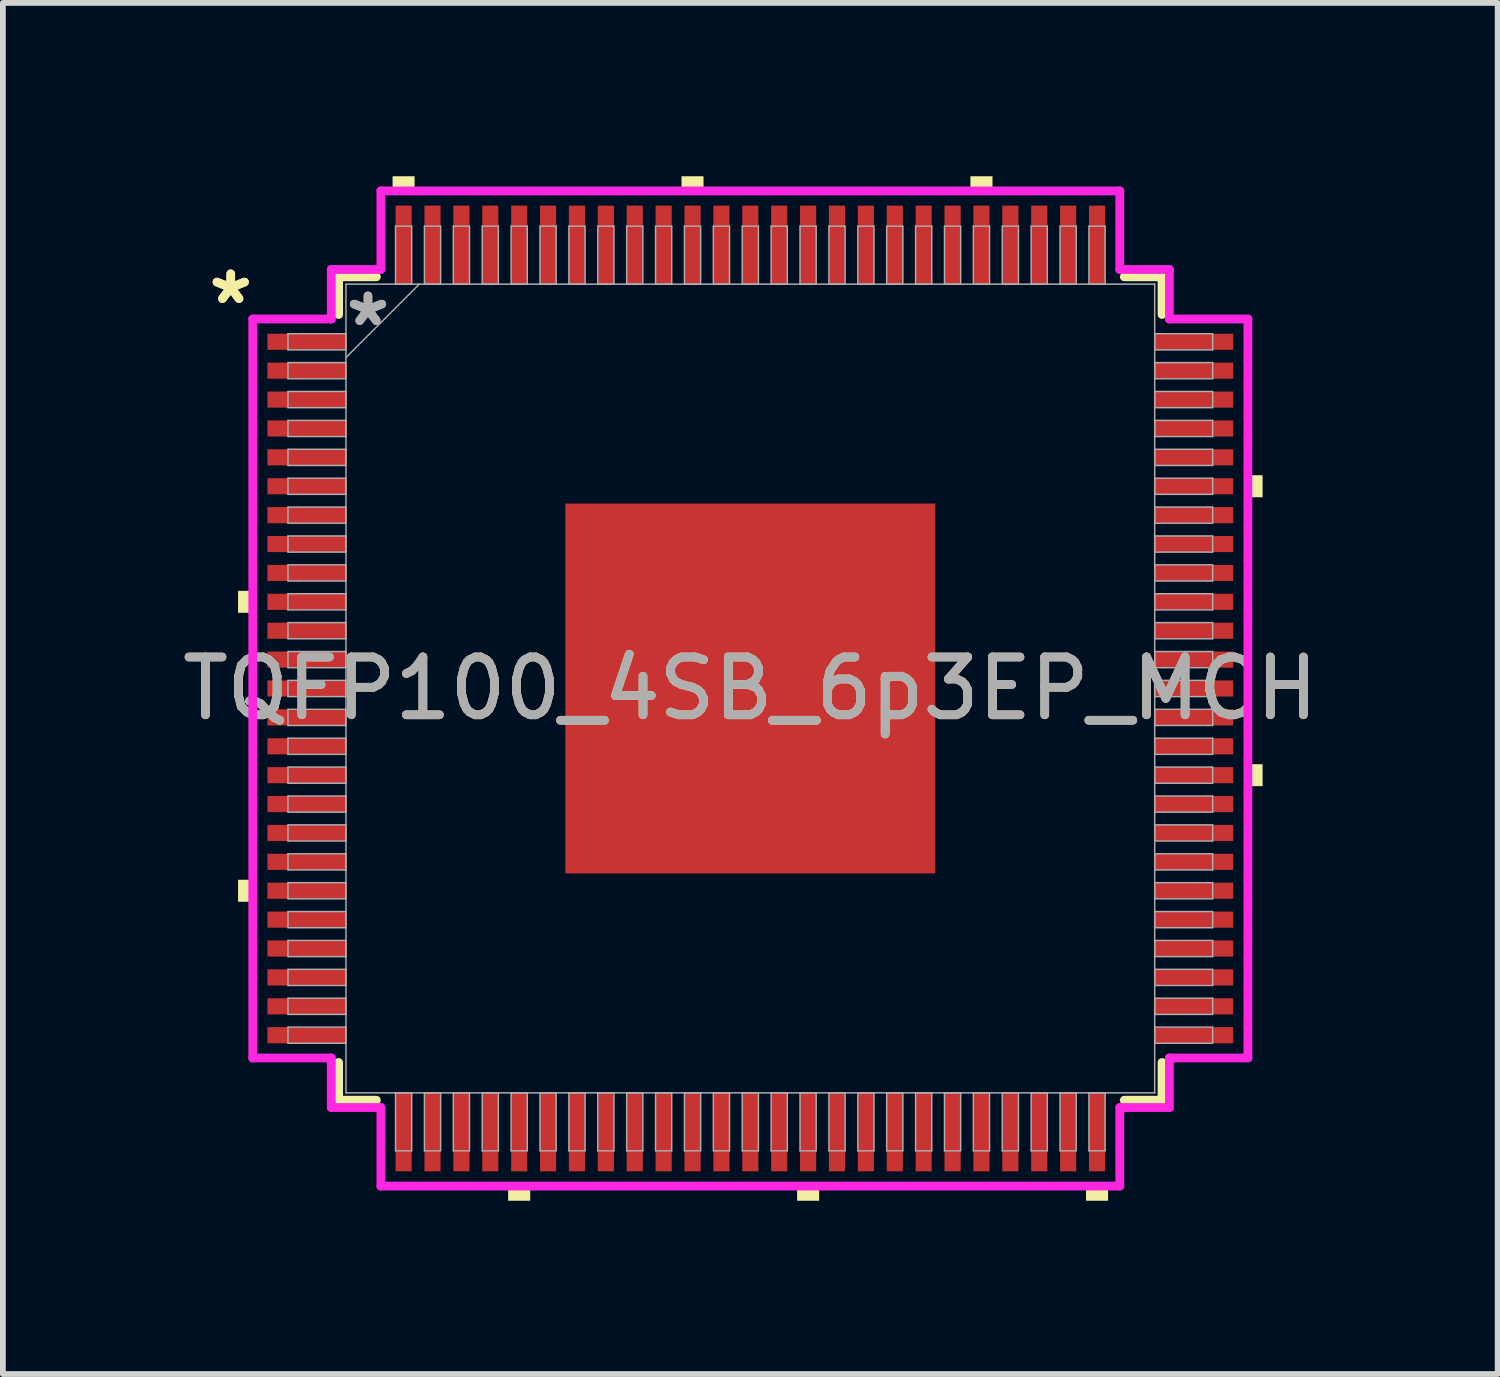
<source format=kicad_pcb>
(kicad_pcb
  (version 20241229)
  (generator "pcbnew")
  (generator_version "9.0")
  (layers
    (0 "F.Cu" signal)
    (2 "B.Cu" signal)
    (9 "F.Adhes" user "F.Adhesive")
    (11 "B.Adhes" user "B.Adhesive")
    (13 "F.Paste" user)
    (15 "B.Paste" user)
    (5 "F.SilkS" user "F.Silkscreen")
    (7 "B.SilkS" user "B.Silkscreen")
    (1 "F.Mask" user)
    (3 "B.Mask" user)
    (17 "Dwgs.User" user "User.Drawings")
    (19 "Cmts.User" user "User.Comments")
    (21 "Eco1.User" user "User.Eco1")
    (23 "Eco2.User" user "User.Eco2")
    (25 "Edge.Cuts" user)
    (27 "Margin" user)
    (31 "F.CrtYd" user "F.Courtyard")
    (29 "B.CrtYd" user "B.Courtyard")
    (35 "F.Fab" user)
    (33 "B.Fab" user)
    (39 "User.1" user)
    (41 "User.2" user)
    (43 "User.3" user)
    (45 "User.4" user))
  (footprint "TQFP100_4SB_6p3EP_MCH"
    (layer "F.Cu")
    (at 9.935 8.865)
    (property "Reference" "TQFP100_4SB_6p3EP_MCH" (at 0 0 0) (unlocked yes) (layer "F.SilkS") (effects (font (size 1 1) (thickness 0.15))))
    (attr smd)
    (fp_line (start -7.125 -7.125) (end -7.125 -6.472) (stroke (width 0.152) (type solid)) (layer "F.SilkS"))
    (fp_line (start -7.125 6.472) (end -7.125 7.125) (stroke (width 0.152) (type solid)) (layer "F.SilkS"))
    (fp_line (start -7.125 7.125) (end -6.472 7.125) (stroke (width 0.152) (type solid)) (layer "F.SilkS"))
    (fp_line (start -6.472 -7.125) (end -7.125 -7.125) (stroke (width 0.152) (type solid)) (layer "F.SilkS"))
    (fp_line (start 6.472 7.125) (end 7.125 7.125) (stroke (width 0.152) (type solid)) (layer "F.SilkS"))
    (fp_line (start 7.125 -7.125) (end 6.472 -7.125) (stroke (width 0.152) (type solid)) (layer "F.SilkS"))
    (fp_line (start 7.125 -6.472) (end 7.125 -7.125) (stroke (width 0.152) (type solid)) (layer "F.SilkS"))
    (fp_line (start 7.125 7.125) (end 7.125 6.472) (stroke (width 0.152) (type solid)) (layer "F.SilkS"))
    (fp_poly (pts (xy -8.865 -1.69) (xy -8.865 -1.31) (xy -8.611 -1.31) (xy -8.611 -1.69)) (stroke (width 0) (type solid)) (fill yes) (layer "F.SilkS"))
    (fp_poly (pts (xy -8.865 3.31) (xy -8.865 3.691) (xy -8.611 3.691) (xy -8.611 3.31)) (stroke (width 0) (type solid)) (fill yes) (layer "F.SilkS"))
    (fp_poly (pts (xy -6.191 -8.611) (xy -6.191 -8.865) (xy -5.81 -8.865) (xy -5.81 -8.611)) (stroke (width 0) (type solid)) (fill yes) (layer "F.SilkS"))
    (fp_poly (pts (xy -4.191 8.611) (xy -4.191 8.865) (xy -3.809 8.865) (xy -3.809 8.611)) (stroke (width 0) (type solid)) (fill yes) (layer "F.SilkS"))
    (fp_poly (pts (xy -1.191 -8.611) (xy -1.191 -8.865) (xy -0.81 -8.865) (xy -0.81 -8.611)) (stroke (width 0) (type solid)) (fill yes) (layer "F.SilkS"))
    (fp_poly (pts (xy 0.81 8.611) (xy 0.81 8.865) (xy 1.191 8.865) (xy 1.191 8.611)) (stroke (width 0) (type solid)) (fill yes) (layer "F.SilkS"))
    (fp_poly (pts (xy 3.809 -8.611) (xy 3.809 -8.865) (xy 4.191 -8.865) (xy 4.191 -8.611)) (stroke (width 0) (type solid)) (fill yes) (layer "F.SilkS"))
    (fp_poly (pts (xy 5.81 8.611) (xy 5.81 8.865) (xy 6.191 8.865) (xy 6.191 8.611)) (stroke (width 0) (type solid)) (fill yes) (layer "F.SilkS"))
    (fp_poly (pts (xy 8.865 -3.691) (xy 8.865 -3.31) (xy 8.611 -3.31) (xy 8.611 -3.691)) (stroke (width 0) (type solid)) (fill yes) (layer "F.SilkS"))
    (fp_poly (pts (xy 8.865 1.31) (xy 8.865 1.69) (xy 8.611 1.69) (xy 8.611 1.31)) (stroke (width 0) (type solid)) (fill yes) (layer "F.SilkS"))
    (fp_poly (pts (xy -3.1 -3.1) (xy -3.1 -2.02) (xy -2.02 -2.02) (xy -2.02 -3.1)) (stroke (width 0) (type solid)) (fill yes) (layer "F.Paste"))
    (fp_poly (pts (xy -3.1 -1.82) (xy -3.1 -0.74) (xy -2.02 -0.74) (xy -2.02 -1.82)) (stroke (width 0) (type solid)) (fill yes) (layer "F.Paste"))
    (fp_poly (pts (xy -3.1 -0.54) (xy -3.1 0.54) (xy -2.02 0.54) (xy -2.02 -0.54)) (stroke (width 0) (type solid)) (fill yes) (layer "F.Paste"))
    (fp_poly (pts (xy -3.1 0.74) (xy -3.1 1.82) (xy -2.02 1.82) (xy -2.02 0.74)) (stroke (width 0) (type solid)) (fill yes) (layer "F.Paste"))
    (fp_poly (pts (xy -3.1 2.02) (xy -3.1 3.1) (xy -2.02 3.1) (xy -2.02 2.02)) (stroke (width 0) (type solid)) (fill yes) (layer "F.Paste"))
    (fp_poly (pts (xy -1.82 -3.1) (xy -1.82 -2.02) (xy -0.74 -2.02) (xy -0.74 -3.1)) (stroke (width 0) (type solid)) (fill yes) (layer "F.Paste"))
    (fp_poly (pts (xy -1.82 -1.82) (xy -1.82 -0.74) (xy -0.74 -0.74) (xy -0.74 -1.82)) (stroke (width 0) (type solid)) (fill yes) (layer "F.Paste"))
    (fp_poly (pts (xy -1.82 -0.54) (xy -1.82 0.54) (xy -0.74 0.54) (xy -0.74 -0.54)) (stroke (width 0) (type solid)) (fill yes) (layer "F.Paste"))
    (fp_poly (pts (xy -1.82 0.74) (xy -1.82 1.82) (xy -0.74 1.82) (xy -0.74 0.74)) (stroke (width 0) (type solid)) (fill yes) (layer "F.Paste"))
    (fp_poly (pts (xy -1.82 2.02) (xy -1.82 3.1) (xy -0.74 3.1) (xy -0.74 2.02)) (stroke (width 0) (type solid)) (fill yes) (layer "F.Paste"))
    (fp_poly (pts (xy -0.54 -3.1) (xy -0.54 -2.02) (xy 0.54 -2.02) (xy 0.54 -3.1)) (stroke (width 0) (type solid)) (fill yes) (layer "F.Paste"))
    (fp_poly (pts (xy -0.54 -1.82) (xy -0.54 -0.74) (xy 0.54 -0.74) (xy 0.54 -1.82)) (stroke (width 0) (type solid)) (fill yes) (layer "F.Paste"))
    (fp_poly (pts (xy -0.54 -0.54) (xy -0.54 0.54) (xy 0.54 0.54) (xy 0.54 -0.54)) (stroke (width 0) (type solid)) (fill yes) (layer "F.Paste"))
    (fp_poly (pts (xy -0.54 0.74) (xy -0.54 1.82) (xy 0.54 1.82) (xy 0.54 0.74)) (stroke (width 0) (type solid)) (fill yes) (layer "F.Paste"))
    (fp_poly (pts (xy -0.54 2.02) (xy -0.54 3.1) (xy 0.54 3.1) (xy 0.54 2.02)) (stroke (width 0) (type solid)) (fill yes) (layer "F.Paste"))
    (fp_poly (pts (xy 0.74 -3.1) (xy 0.74 -2.02) (xy 1.82 -2.02) (xy 1.82 -3.1)) (stroke (width 0) (type solid)) (fill yes) (layer "F.Paste"))
    (fp_poly (pts (xy 0.74 -1.82) (xy 0.74 -0.74) (xy 1.82 -0.74) (xy 1.82 -1.82)) (stroke (width 0) (type solid)) (fill yes) (layer "F.Paste"))
    (fp_poly (pts (xy 0.74 -0.54) (xy 0.74 0.54) (xy 1.82 0.54) (xy 1.82 -0.54)) (stroke (width 0) (type solid)) (fill yes) (layer "F.Paste"))
    (fp_poly (pts (xy 0.74 0.74) (xy 0.74 1.82) (xy 1.82 1.82) (xy 1.82 0.74)) (stroke (width 0) (type solid)) (fill yes) (layer "F.Paste"))
    (fp_poly (pts (xy 0.74 2.02) (xy 0.74 3.1) (xy 1.82 3.1) (xy 1.82 2.02)) (stroke (width 0) (type solid)) (fill yes) (layer "F.Paste"))
    (fp_poly (pts (xy 2.02 -3.1) (xy 2.02 -2.02) (xy 3.1 -2.02) (xy 3.1 -3.1)) (stroke (width 0) (type solid)) (fill yes) (layer "F.Paste"))
    (fp_poly (pts (xy 2.02 -1.82) (xy 2.02 -0.74) (xy 3.1 -0.74) (xy 3.1 -1.82)) (stroke (width 0) (type solid)) (fill yes) (layer "F.Paste"))
    (fp_poly (pts (xy 2.02 -0.54) (xy 2.02 0.54) (xy 3.1 0.54) (xy 3.1 -0.54)) (stroke (width 0) (type solid)) (fill yes) (layer "F.Paste"))
    (fp_poly (pts (xy 2.02 0.74) (xy 2.02 1.82) (xy 3.1 1.82) (xy 3.1 0.74)) (stroke (width 0) (type solid)) (fill yes) (layer "F.Paste"))
    (fp_poly (pts (xy 2.02 2.02) (xy 2.02 3.1) (xy 3.1 3.1) (xy 3.1 2.02)) (stroke (width 0) (type solid)) (fill yes) (layer "F.Paste"))
    (fp_line (start -8.611 -6.394) (end -7.252 -6.394) (stroke (width 0.152) (type solid)) (layer "F.CrtYd"))
    (fp_line (start -8.611 6.394) (end -8.611 -6.394) (stroke (width 0.152) (type solid)) (layer "F.CrtYd"))
    (fp_line (start -7.252 -7.252) (end -6.394 -7.252) (stroke (width 0.152) (type solid)) (layer "F.CrtYd"))
    (fp_line (start -7.252 -6.394) (end -7.252 -7.252) (stroke (width 0.152) (type solid)) (layer "F.CrtYd"))
    (fp_line (start -7.252 6.394) (end -8.611 6.394) (stroke (width 0.152) (type solid)) (layer "F.CrtYd"))
    (fp_line (start -7.252 7.252) (end -7.252 6.394) (stroke (width 0.152) (type solid)) (layer "F.CrtYd"))
    (fp_line (start -7.252 7.252) (end -6.394 7.252) (stroke (width 0.152) (type solid)) (layer "F.CrtYd"))
    (fp_line (start -6.394 -8.611) (end 6.394 -8.611) (stroke (width 0.152) (type solid)) (layer "F.CrtYd"))
    (fp_line (start -6.394 -7.252) (end -6.394 -8.611) (stroke (width 0.152) (type solid)) (layer "F.CrtYd"))
    (fp_line (start -6.394 7.252) (end -6.394 8.611) (stroke (width 0.152) (type solid)) (layer "F.CrtYd"))
    (fp_line (start -6.394 8.611) (end 6.394 8.611) (stroke (width 0.152) (type solid)) (layer "F.CrtYd"))
    (fp_line (start 6.394 -8.611) (end 6.394 -7.252) (stroke (width 0.152) (type solid)) (layer "F.CrtYd"))
    (fp_line (start 6.394 -7.252) (end 7.252 -7.252) (stroke (width 0.152) (type solid)) (layer "F.CrtYd"))
    (fp_line (start 6.394 7.252) (end 7.252 7.252) (stroke (width 0.152) (type solid)) (layer "F.CrtYd"))
    (fp_line (start 6.394 8.611) (end 6.394 7.252) (stroke (width 0.152) (type solid)) (layer "F.CrtYd"))
    (fp_line (start 7.252 -6.394) (end 7.252 -7.252) (stroke (width 0.152) (type solid)) (layer "F.CrtYd"))
    (fp_line (start 7.252 6.394) (end 8.611 6.394) (stroke (width 0.152) (type solid)) (layer "F.CrtYd"))
    (fp_line (start 7.252 7.252) (end 7.252 6.394) (stroke (width 0.152) (type solid)) (layer "F.CrtYd"))
    (fp_line (start 8.611 -6.394) (end 7.252 -6.394) (stroke (width 0.152) (type solid)) (layer "F.CrtYd"))
    (fp_line (start 8.611 6.394) (end 8.611 -6.394) (stroke (width 0.152) (type solid)) (layer "F.CrtYd"))
    (fp_line (start -8.001 -6.14) (end -8.001 -5.86) (stroke (width 0.025) (type solid)) (layer "F.Fab"))
    (fp_line (start -8.001 -5.86) (end -6.998 -5.86) (stroke (width 0.025) (type solid)) (layer "F.Fab"))
    (fp_line (start -8.001 -5.64) (end -8.001 -5.36) (stroke (width 0.025) (type solid)) (layer "F.Fab"))
    (fp_line (start -8.001 -5.36) (end -6.998 -5.36) (stroke (width 0.025) (type solid)) (layer "F.Fab"))
    (fp_line (start -8.001 -5.14) (end -8.001 -4.86) (stroke (width 0.025) (type solid)) (layer "F.Fab"))
    (fp_line (start -8.001 -4.86) (end -6.998 -4.86) (stroke (width 0.025) (type solid)) (layer "F.Fab"))
    (fp_line (start -8.001 -4.64) (end -8.001 -4.36) (stroke (width 0.025) (type solid)) (layer "F.Fab"))
    (fp_line (start -8.001 -4.36) (end -6.998 -4.36) (stroke (width 0.025) (type solid)) (layer "F.Fab"))
    (fp_line (start -8.001 -4.14) (end -8.001 -3.86) (stroke (width 0.025) (type solid)) (layer "F.Fab"))
    (fp_line (start -8.001 -3.86) (end -6.998 -3.86) (stroke (width 0.025) (type solid)) (layer "F.Fab"))
    (fp_line (start -8.001 -3.64) (end -8.001 -3.36) (stroke (width 0.025) (type solid)) (layer "F.Fab"))
    (fp_line (start -8.001 -3.36) (end -6.998 -3.36) (stroke (width 0.025) (type solid)) (layer "F.Fab"))
    (fp_line (start -8.001 -3.14) (end -8.001 -2.86) (stroke (width 0.025) (type solid)) (layer "F.Fab"))
    (fp_line (start -8.001 -2.86) (end -6.998 -2.86) (stroke (width 0.025) (type solid)) (layer "F.Fab"))
    (fp_line (start -8.001 -2.64) (end -8.001 -2.36) (stroke (width 0.025) (type solid)) (layer "F.Fab"))
    (fp_line (start -8.001 -2.36) (end -6.998 -2.36) (stroke (width 0.025) (type solid)) (layer "F.Fab"))
    (fp_line (start -8.001 -2.14) (end -8.001 -1.86) (stroke (width 0.025) (type solid)) (layer "F.Fab"))
    (fp_line (start -8.001 -1.86) (end -6.998 -1.86) (stroke (width 0.025) (type solid)) (layer "F.Fab"))
    (fp_line (start -8.001 -1.64) (end -8.001 -1.36) (stroke (width 0.025) (type solid)) (layer "F.Fab"))
    (fp_line (start -8.001 -1.36) (end -6.998 -1.36) (stroke (width 0.025) (type solid)) (layer "F.Fab"))
    (fp_line (start -8.001 -1.14) (end -8.001 -0.86) (stroke (width 0.025) (type solid)) (layer "F.Fab"))
    (fp_line (start -8.001 -0.86) (end -6.998 -0.86) (stroke (width 0.025) (type solid)) (layer "F.Fab"))
    (fp_line (start -8.001 -0.64) (end -8.001 -0.36) (stroke (width 0.025) (type solid)) (layer "F.Fab"))
    (fp_line (start -8.001 -0.36) (end -6.998 -0.36) (stroke (width 0.025) (type solid)) (layer "F.Fab"))
    (fp_line (start -8.001 -0.14) (end -8.001 0.14) (stroke (width 0.025) (type solid)) (layer "F.Fab"))
    (fp_line (start -8.001 0.14) (end -6.998 0.14) (stroke (width 0.025) (type solid)) (layer "F.Fab"))
    (fp_line (start -8.001 0.36) (end -8.001 0.64) (stroke (width 0.025) (type solid)) (layer "F.Fab"))
    (fp_line (start -8.001 0.64) (end -6.998 0.64) (stroke (width 0.025) (type solid)) (layer "F.Fab"))
    (fp_line (start -8.001 0.86) (end -8.001 1.14) (stroke (width 0.025) (type solid)) (layer "F.Fab"))
    (fp_line (start -8.001 1.14) (end -6.998 1.14) (stroke (width 0.025) (type solid)) (layer "F.Fab"))
    (fp_line (start -8.001 1.36) (end -8.001 1.64) (stroke (width 0.025) (type solid)) (layer "F.Fab"))
    (fp_line (start -8.001 1.64) (end -6.998 1.64) (stroke (width 0.025) (type solid)) (layer "F.Fab"))
    (fp_line (start -8.001 1.86) (end -8.001 2.14) (stroke (width 0.025) (type solid)) (layer "F.Fab"))
    (fp_line (start -8.001 2.14) (end -6.998 2.14) (stroke (width 0.025) (type solid)) (layer "F.Fab"))
    (fp_line (start -8.001 2.36) (end -8.001 2.64) (stroke (width 0.025) (type solid)) (layer "F.Fab"))
    (fp_line (start -8.001 2.64) (end -6.998 2.64) (stroke (width 0.025) (type solid)) (layer "F.Fab"))
    (fp_line (start -8.001 2.86) (end -8.001 3.14) (stroke (width 0.025) (type solid)) (layer "F.Fab"))
    (fp_line (start -8.001 3.14) (end -6.998 3.14) (stroke (width 0.025) (type solid)) (layer "F.Fab"))
    (fp_line (start -8.001 3.36) (end -8.001 3.64) (stroke (width 0.025) (type solid)) (layer "F.Fab"))
    (fp_line (start -8.001 3.64) (end -6.998 3.64) (stroke (width 0.025) (type solid)) (layer "F.Fab"))
    (fp_line (start -8.001 3.86) (end -8.001 4.14) (stroke (width 0.025) (type solid)) (layer "F.Fab"))
    (fp_line (start -8.001 4.14) (end -6.998 4.14) (stroke (width 0.025) (type solid)) (layer "F.Fab"))
    (fp_line (start -8.001 4.36) (end -8.001 4.64) (stroke (width 0.025) (type solid)) (layer "F.Fab"))
    (fp_line (start -8.001 4.64) (end -6.998 4.64) (stroke (width 0.025) (type solid)) (layer "F.Fab"))
    (fp_line (start -8.001 4.86) (end -8.001 5.14) (stroke (width 0.025) (type solid)) (layer "F.Fab"))
    (fp_line (start -8.001 5.14) (end -6.998 5.14) (stroke (width 0.025) (type solid)) (layer "F.Fab"))
    (fp_line (start -8.001 5.36) (end -8.001 5.64) (stroke (width 0.025) (type solid)) (layer "F.Fab"))
    (fp_line (start -8.001 5.64) (end -6.998 5.64) (stroke (width 0.025) (type solid)) (layer "F.Fab"))
    (fp_line (start -8.001 5.86) (end -8.001 6.14) (stroke (width 0.025) (type solid)) (layer "F.Fab"))
    (fp_line (start -8.001 6.14) (end -6.998 6.14) (stroke (width 0.025) (type solid)) (layer "F.Fab"))
    (fp_line (start -6.998 -6.998) (end -6.998 6.998) (stroke (width 0.025) (type solid)) (layer "F.Fab"))
    (fp_line (start -6.998 -6.14) (end -8.001 -6.14) (stroke (width 0.025) (type solid)) (layer "F.Fab"))
    (fp_line (start -6.998 -5.86) (end -6.998 -6.14) (stroke (width 0.025) (type solid)) (layer "F.Fab"))
    (fp_line (start -6.998 -5.728) (end -5.728 -6.998) (stroke (width 0.025) (type solid)) (layer "F.Fab"))
    (fp_line (start -6.998 -5.64) (end -8.001 -5.64) (stroke (width 0.025) (type solid)) (layer "F.Fab"))
    (fp_line (start -6.998 -5.36) (end -6.998 -5.64) (stroke (width 0.025) (type solid)) (layer "F.Fab"))
    (fp_line (start -6.998 -5.14) (end -8.001 -5.14) (stroke (width 0.025) (type solid)) (layer "F.Fab"))
    (fp_line (start -6.998 -4.86) (end -6.998 -5.14) (stroke (width 0.025) (type solid)) (layer "F.Fab"))
    (fp_line (start -6.998 -4.64) (end -8.001 -4.64) (stroke (width 0.025) (type solid)) (layer "F.Fab"))
    (fp_line (start -6.998 -4.36) (end -6.998 -4.64) (stroke (width 0.025) (type solid)) (layer "F.Fab"))
    (fp_line (start -6.998 -4.14) (end -8.001 -4.14) (stroke (width 0.025) (type solid)) (layer "F.Fab"))
    (fp_line (start -6.998 -3.86) (end -6.998 -4.14) (stroke (width 0.025) (type solid)) (layer "F.Fab"))
    (fp_line (start -6.998 -3.64) (end -8.001 -3.64) (stroke (width 0.025) (type solid)) (layer "F.Fab"))
    (fp_line (start -6.998 -3.36) (end -6.998 -3.64) (stroke (width 0.025) (type solid)) (layer "F.Fab"))
    (fp_line (start -6.998 -3.14) (end -8.001 -3.14) (stroke (width 0.025) (type solid)) (layer "F.Fab"))
    (fp_line (start -6.998 -2.86) (end -6.998 -3.14) (stroke (width 0.025) (type solid)) (layer "F.Fab"))
    (fp_line (start -6.998 -2.64) (end -8.001 -2.64) (stroke (width 0.025) (type solid)) (layer "F.Fab"))
    (fp_line (start -6.998 -2.36) (end -6.998 -2.64) (stroke (width 0.025) (type solid)) (layer "F.Fab"))
    (fp_line (start -6.998 -2.14) (end -8.001 -2.14) (stroke (width 0.025) (type solid)) (layer "F.Fab"))
    (fp_line (start -6.998 -1.86) (end -6.998 -2.14) (stroke (width 0.025) (type solid)) (layer "F.Fab"))
    (fp_line (start -6.998 -1.64) (end -8.001 -1.64) (stroke (width 0.025) (type solid)) (layer "F.Fab"))
    (fp_line (start -6.998 -1.36) (end -6.998 -1.64) (stroke (width 0.025) (type solid)) (layer "F.Fab"))
    (fp_line (start -6.998 -1.14) (end -8.001 -1.14) (stroke (width 0.025) (type solid)) (layer "F.Fab"))
    (fp_line (start -6.998 -0.86) (end -6.998 -1.14) (stroke (width 0.025) (type solid)) (layer "F.Fab"))
    (fp_line (start -6.998 -0.64) (end -8.001 -0.64) (stroke (width 0.025) (type solid)) (layer "F.Fab"))
    (fp_line (start -6.998 -0.36) (end -6.998 -0.64) (stroke (width 0.025) (type solid)) (layer "F.Fab"))
    (fp_line (start -6.998 -0.14) (end -8.001 -0.14) (stroke (width 0.025) (type solid)) (layer "F.Fab"))
    (fp_line (start -6.998 0.14) (end -6.998 -0.14) (stroke (width 0.025) (type solid)) (layer "F.Fab"))
    (fp_line (start -6.998 0.36) (end -8.001 0.36) (stroke (width 0.025) (type solid)) (layer "F.Fab"))
    (fp_line (start -6.998 0.64) (end -6.998 0.36) (stroke (width 0.025) (type solid)) (layer "F.Fab"))
    (fp_line (start -6.998 0.86) (end -8.001 0.86) (stroke (width 0.025) (type solid)) (layer "F.Fab"))
    (fp_line (start -6.998 1.14) (end -6.998 0.86) (stroke (width 0.025) (type solid)) (layer "F.Fab"))
    (fp_line (start -6.998 1.36) (end -8.001 1.36) (stroke (width 0.025) (type solid)) (layer "F.Fab"))
    (fp_line (start -6.998 1.64) (end -6.998 1.36) (stroke (width 0.025) (type solid)) (layer "F.Fab"))
    (fp_line (start -6.998 1.86) (end -8.001 1.86) (stroke (width 0.025) (type solid)) (layer "F.Fab"))
    (fp_line (start -6.998 2.14) (end -6.998 1.86) (stroke (width 0.025) (type solid)) (layer "F.Fab"))
    (fp_line (start -6.998 2.36) (end -8.001 2.36) (stroke (width 0.025) (type solid)) (layer "F.Fab"))
    (fp_line (start -6.998 2.64) (end -6.998 2.36) (stroke (width 0.025) (type solid)) (layer "F.Fab"))
    (fp_line (start -6.998 2.86) (end -8.001 2.86) (stroke (width 0.025) (type solid)) (layer "F.Fab"))
    (fp_line (start -6.998 3.14) (end -6.998 2.86) (stroke (width 0.025) (type solid)) (layer "F.Fab"))
    (fp_line (start -6.998 3.36) (end -8.001 3.36) (stroke (width 0.025) (type solid)) (layer "F.Fab"))
    (fp_line (start -6.998 3.64) (end -6.998 3.36) (stroke (width 0.025) (type solid)) (layer "F.Fab"))
    (fp_line (start -6.998 3.86) (end -8.001 3.86) (stroke (width 0.025) (type solid)) (layer "F.Fab"))
    (fp_line (start -6.998 4.14) (end -6.998 3.86) (stroke (width 0.025) (type solid)) (layer "F.Fab"))
    (fp_line (start -6.998 4.36) (end -8.001 4.36) (stroke (width 0.025) (type solid)) (layer "F.Fab"))
    (fp_line (start -6.998 4.64) (end -6.998 4.36) (stroke (width 0.025) (type solid)) (layer "F.Fab"))
    (fp_line (start -6.998 4.86) (end -8.001 4.86) (stroke (width 0.025) (type solid)) (layer "F.Fab"))
    (fp_line (start -6.998 5.14) (end -6.998 4.86) (stroke (width 0.025) (type solid)) (layer "F.Fab"))
    (fp_line (start -6.998 5.36) (end -8.001 5.36) (stroke (width 0.025) (type solid)) (layer "F.Fab"))
    (fp_line (start -6.998 5.64) (end -6.998 5.36) (stroke (width 0.025) (type solid)) (layer "F.Fab"))
    (fp_line (start -6.998 5.86) (end -8.001 5.86) (stroke (width 0.025) (type solid)) (layer "F.Fab"))
    (fp_line (start -6.998 6.14) (end -6.998 5.86) (stroke (width 0.025) (type solid)) (layer "F.Fab"))
    (fp_line (start -6.998 6.998) (end 6.998 6.998) (stroke (width 0.025) (type solid)) (layer "F.Fab"))
    (fp_line (start -6.14 -8.001) (end -6.14 -6.998) (stroke (width 0.025) (type solid)) (layer "F.Fab"))
    (fp_line (start -6.14 -6.998) (end -5.86 -6.998) (stroke (width 0.025) (type solid)) (layer "F.Fab"))
    (fp_line (start -6.14 6.998) (end -6.14 8.001) (stroke (width 0.025) (type solid)) (layer "F.Fab"))
    (fp_line (start -6.14 8.001) (end -5.86 8.001) (stroke (width 0.025) (type solid)) (layer "F.Fab"))
    (fp_line (start -5.86 -8.001) (end -6.14 -8.001) (stroke (width 0.025) (type solid)) (layer "F.Fab"))
    (fp_line (start -5.86 -6.998) (end -5.86 -8.001) (stroke (width 0.025) (type solid)) (layer "F.Fab"))
    (fp_line (start -5.86 6.998) (end -6.14 6.998) (stroke (width 0.025) (type solid)) (layer "F.Fab"))
    (fp_line (start -5.86 8.001) (end -5.86 6.998) (stroke (width 0.025) (type solid)) (layer "F.Fab"))
    (fp_line (start -5.64 -8.001) (end -5.64 -6.998) (stroke (width 0.025) (type solid)) (layer "F.Fab"))
    (fp_line (start -5.64 -6.998) (end -5.36 -6.998) (stroke (width 0.025) (type solid)) (layer "F.Fab"))
    (fp_line (start -5.64 6.998) (end -5.64 8.001) (stroke (width 0.025) (type solid)) (layer "F.Fab"))
    (fp_line (start -5.64 8.001) (end -5.36 8.001) (stroke (width 0.025) (type solid)) (layer "F.Fab"))
    (fp_line (start -5.36 -8.001) (end -5.64 -8.001) (stroke (width 0.025) (type solid)) (layer "F.Fab"))
    (fp_line (start -5.36 -6.998) (end -5.36 -8.001) (stroke (width 0.025) (type solid)) (layer "F.Fab"))
    (fp_line (start -5.36 6.998) (end -5.64 6.998) (stroke (width 0.025) (type solid)) (layer "F.Fab"))
    (fp_line (start -5.36 8.001) (end -5.36 6.998) (stroke (width 0.025) (type solid)) (layer "F.Fab"))
    (fp_line (start -5.14 -8.001) (end -5.14 -6.998) (stroke (width 0.025) (type solid)) (layer "F.Fab"))
    (fp_line (start -5.14 -6.998) (end -4.86 -6.998) (stroke (width 0.025) (type solid)) (layer "F.Fab"))
    (fp_line (start -5.14 6.998) (end -5.14 8.001) (stroke (width 0.025) (type solid)) (layer "F.Fab"))
    (fp_line (start -5.14 8.001) (end -4.86 8.001) (stroke (width 0.025) (type solid)) (layer "F.Fab"))
    (fp_line (start -4.86 -8.001) (end -5.14 -8.001) (stroke (width 0.025) (type solid)) (layer "F.Fab"))
    (fp_line (start -4.86 -6.998) (end -4.86 -8.001) (stroke (width 0.025) (type solid)) (layer "F.Fab"))
    (fp_line (start -4.86 6.998) (end -5.14 6.998) (stroke (width 0.025) (type solid)) (layer "F.Fab"))
    (fp_line (start -4.86 8.001) (end -4.86 6.998) (stroke (width 0.025) (type solid)) (layer "F.Fab"))
    (fp_line (start -4.64 -8.001) (end -4.64 -6.998) (stroke (width 0.025) (type solid)) (layer "F.Fab"))
    (fp_line (start -4.64 -6.998) (end -4.36 -6.998) (stroke (width 0.025) (type solid)) (layer "F.Fab"))
    (fp_line (start -4.64 6.998) (end -4.64 8.001) (stroke (width 0.025) (type solid)) (layer "F.Fab"))
    (fp_line (start -4.64 8.001) (end -4.36 8.001) (stroke (width 0.025) (type solid)) (layer "F.Fab"))
    (fp_line (start -4.36 -8.001) (end -4.64 -8.001) (stroke (width 0.025) (type solid)) (layer "F.Fab"))
    (fp_line (start -4.36 -6.998) (end -4.36 -8.001) (stroke (width 0.025) (type solid)) (layer "F.Fab"))
    (fp_line (start -4.36 6.998) (end -4.64 6.998) (stroke (width 0.025) (type solid)) (layer "F.Fab"))
    (fp_line (start -4.36 8.001) (end -4.36 6.998) (stroke (width 0.025) (type solid)) (layer "F.Fab"))
    (fp_line (start -4.14 -8.001) (end -4.14 -6.998) (stroke (width 0.025) (type solid)) (layer "F.Fab"))
    (fp_line (start -4.14 -6.998) (end -3.86 -6.998) (stroke (width 0.025) (type solid)) (layer "F.Fab"))
    (fp_line (start -4.14 6.998) (end -4.14 8.001) (stroke (width 0.025) (type solid)) (layer "F.Fab"))
    (fp_line (start -4.14 8.001) (end -3.86 8.001) (stroke (width 0.025) (type solid)) (layer "F.Fab"))
    (fp_line (start -3.86 -8.001) (end -4.14 -8.001) (stroke (width 0.025) (type solid)) (layer "F.Fab"))
    (fp_line (start -3.86 -6.998) (end -3.86 -8.001) (stroke (width 0.025) (type solid)) (layer "F.Fab"))
    (fp_line (start -3.86 6.998) (end -4.14 6.998) (stroke (width 0.025) (type solid)) (layer "F.Fab"))
    (fp_line (start -3.86 8.001) (end -3.86 6.998) (stroke (width 0.025) (type solid)) (layer "F.Fab"))
    (fp_line (start -3.64 -8.001) (end -3.64 -6.998) (stroke (width 0.025) (type solid)) (layer "F.Fab"))
    (fp_line (start -3.64 -6.998) (end -3.36 -6.998) (stroke (width 0.025) (type solid)) (layer "F.Fab"))
    (fp_line (start -3.64 6.998) (end -3.64 8.001) (stroke (width 0.025) (type solid)) (layer "F.Fab"))
    (fp_line (start -3.64 8.001) (end -3.36 8.001) (stroke (width 0.025) (type solid)) (layer "F.Fab"))
    (fp_line (start -3.36 -8.001) (end -3.64 -8.001) (stroke (width 0.025) (type solid)) (layer "F.Fab"))
    (fp_line (start -3.36 -6.998) (end -3.36 -8.001) (stroke (width 0.025) (type solid)) (layer "F.Fab"))
    (fp_line (start -3.36 6.998) (end -3.64 6.998) (stroke (width 0.025) (type solid)) (layer "F.Fab"))
    (fp_line (start -3.36 8.001) (end -3.36 6.998) (stroke (width 0.025) (type solid)) (layer "F.Fab"))
    (fp_line (start -3.14 -8.001) (end -3.14 -6.998) (stroke (width 0.025) (type solid)) (layer "F.Fab"))
    (fp_line (start -3.14 -6.998) (end -2.86 -6.998) (stroke (width 0.025) (type solid)) (layer "F.Fab"))
    (fp_line (start -3.14 6.998) (end -3.14 8.001) (stroke (width 0.025) (type solid)) (layer "F.Fab"))
    (fp_line (start -3.14 8.001) (end -2.86 8.001) (stroke (width 0.025) (type solid)) (layer "F.Fab"))
    (fp_line (start -2.86 -8.001) (end -3.14 -8.001) (stroke (width 0.025) (type solid)) (layer "F.Fab"))
    (fp_line (start -2.86 -6.998) (end -2.86 -8.001) (stroke (width 0.025) (type solid)) (layer "F.Fab"))
    (fp_line (start -2.86 6.998) (end -3.14 6.998) (stroke (width 0.025) (type solid)) (layer "F.Fab"))
    (fp_line (start -2.86 8.001) (end -2.86 6.998) (stroke (width 0.025) (type solid)) (layer "F.Fab"))
    (fp_line (start -2.64 -8.001) (end -2.64 -6.998) (stroke (width 0.025) (type solid)) (layer "F.Fab"))
    (fp_line (start -2.64 -6.998) (end -2.36 -6.998) (stroke (width 0.025) (type solid)) (layer "F.Fab"))
    (fp_line (start -2.64 6.998) (end -2.64 8.001) (stroke (width 0.025) (type solid)) (layer "F.Fab"))
    (fp_line (start -2.64 8.001) (end -2.36 8.001) (stroke (width 0.025) (type solid)) (layer "F.Fab"))
    (fp_line (start -2.36 -8.001) (end -2.64 -8.001) (stroke (width 0.025) (type solid)) (layer "F.Fab"))
    (fp_line (start -2.36 -6.998) (end -2.36 -8.001) (stroke (width 0.025) (type solid)) (layer "F.Fab"))
    (fp_line (start -2.36 6.998) (end -2.64 6.998) (stroke (width 0.025) (type solid)) (layer "F.Fab"))
    (fp_line (start -2.36 8.001) (end -2.36 6.998) (stroke (width 0.025) (type solid)) (layer "F.Fab"))
    (fp_line (start -2.14 -8.001) (end -2.14 -6.998) (stroke (width 0.025) (type solid)) (layer "F.Fab"))
    (fp_line (start -2.14 -6.998) (end -1.86 -6.998) (stroke (width 0.025) (type solid)) (layer "F.Fab"))
    (fp_line (start -2.14 6.998) (end -2.14 8.001) (stroke (width 0.025) (type solid)) (layer "F.Fab"))
    (fp_line (start -2.14 8.001) (end -1.86 8.001) (stroke (width 0.025) (type solid)) (layer "F.Fab"))
    (fp_line (start -1.86 -8.001) (end -2.14 -8.001) (stroke (width 0.025) (type solid)) (layer "F.Fab"))
    (fp_line (start -1.86 -6.998) (end -1.86 -8.001) (stroke (width 0.025) (type solid)) (layer "F.Fab"))
    (fp_line (start -1.86 6.998) (end -2.14 6.998) (stroke (width 0.025) (type solid)) (layer "F.Fab"))
    (fp_line (start -1.86 8.001) (end -1.86 6.998) (stroke (width 0.025) (type solid)) (layer "F.Fab"))
    (fp_line (start -1.64 -8.001) (end -1.64 -6.998) (stroke (width 0.025) (type solid)) (layer "F.Fab"))
    (fp_line (start -1.64 -6.998) (end -1.36 -6.998) (stroke (width 0.025) (type solid)) (layer "F.Fab"))
    (fp_line (start -1.64 6.998) (end -1.64 8.001) (stroke (width 0.025) (type solid)) (layer "F.Fab"))
    (fp_line (start -1.64 8.001) (end -1.36 8.001) (stroke (width 0.025) (type solid)) (layer "F.Fab"))
    (fp_line (start -1.36 -8.001) (end -1.64 -8.001) (stroke (width 0.025) (type solid)) (layer "F.Fab"))
    (fp_line (start -1.36 -6.998) (end -1.36 -8.001) (stroke (width 0.025) (type solid)) (layer "F.Fab"))
    (fp_line (start -1.36 6.998) (end -1.64 6.998) (stroke (width 0.025) (type solid)) (layer "F.Fab"))
    (fp_line (start -1.36 8.001) (end -1.36 6.998) (stroke (width 0.025) (type solid)) (layer "F.Fab"))
    (fp_line (start -1.14 -8.001) (end -1.14 -6.998) (stroke (width 0.025) (type solid)) (layer "F.Fab"))
    (fp_line (start -1.14 -6.998) (end -0.86 -6.998) (stroke (width 0.025) (type solid)) (layer "F.Fab"))
    (fp_line (start -1.14 6.998) (end -1.14 8.001) (stroke (width 0.025) (type solid)) (layer "F.Fab"))
    (fp_line (start -1.14 8.001) (end -0.86 8.001) (stroke (width 0.025) (type solid)) (layer "F.Fab"))
    (fp_line (start -0.86 -8.001) (end -1.14 -8.001) (stroke (width 0.025) (type solid)) (layer "F.Fab"))
    (fp_line (start -0.86 -6.998) (end -0.86 -8.001) (stroke (width 0.025) (type solid)) (layer "F.Fab"))
    (fp_line (start -0.86 6.998) (end -1.14 6.998) (stroke (width 0.025) (type solid)) (layer "F.Fab"))
    (fp_line (start -0.86 8.001) (end -0.86 6.998) (stroke (width 0.025) (type solid)) (layer "F.Fab"))
    (fp_line (start -0.64 -8.001) (end -0.64 -6.998) (stroke (width 0.025) (type solid)) (layer "F.Fab"))
    (fp_line (start -0.64 -6.998) (end -0.36 -6.998) (stroke (width 0.025) (type solid)) (layer "F.Fab"))
    (fp_line (start -0.64 6.998) (end -0.64 8.001) (stroke (width 0.025) (type solid)) (layer "F.Fab"))
    (fp_line (start -0.64 8.001) (end -0.36 8.001) (stroke (width 0.025) (type solid)) (layer "F.Fab"))
    (fp_line (start -0.36 -8.001) (end -0.64 -8.001) (stroke (width 0.025) (type solid)) (layer "F.Fab"))
    (fp_line (start -0.36 -6.998) (end -0.36 -8.001) (stroke (width 0.025) (type solid)) (layer "F.Fab"))
    (fp_line (start -0.36 6.998) (end -0.64 6.998) (stroke (width 0.025) (type solid)) (layer "F.Fab"))
    (fp_line (start -0.36 8.001) (end -0.36 6.998) (stroke (width 0.025) (type solid)) (layer "F.Fab"))
    (fp_line (start -0.14 -8.001) (end -0.14 -6.998) (stroke (width 0.025) (type solid)) (layer "F.Fab"))
    (fp_line (start -0.14 -6.998) (end 0.14 -6.998) (stroke (width 0.025) (type solid)) (layer "F.Fab"))
    (fp_line (start -0.14 6.998) (end -0.14 8.001) (stroke (width 0.025) (type solid)) (layer "F.Fab"))
    (fp_line (start -0.14 8.001) (end 0.14 8.001) (stroke (width 0.025) (type solid)) (layer "F.Fab"))
    (fp_line (start 0.14 -8.001) (end -0.14 -8.001) (stroke (width 0.025) (type solid)) (layer "F.Fab"))
    (fp_line (start 0.14 -6.998) (end 0.14 -8.001) (stroke (width 0.025) (type solid)) (layer "F.Fab"))
    (fp_line (start 0.14 6.998) (end -0.14 6.998) (stroke (width 0.025) (type solid)) (layer "F.Fab"))
    (fp_line (start 0.14 8.001) (end 0.14 6.998) (stroke (width 0.025) (type solid)) (layer "F.Fab"))
    (fp_line (start 0.36 -8.001) (end 0.36 -6.998) (stroke (width 0.025) (type solid)) (layer "F.Fab"))
    (fp_line (start 0.36 -6.998) (end 0.64 -6.998) (stroke (width 0.025) (type solid)) (layer "F.Fab"))
    (fp_line (start 0.36 6.998) (end 0.36 8.001) (stroke (width 0.025) (type solid)) (layer "F.Fab"))
    (fp_line (start 0.36 8.001) (end 0.64 8.001) (stroke (width 0.025) (type solid)) (layer "F.Fab"))
    (fp_line (start 0.64 -8.001) (end 0.36 -8.001) (stroke (width 0.025) (type solid)) (layer "F.Fab"))
    (fp_line (start 0.64 -6.998) (end 0.64 -8.001) (stroke (width 0.025) (type solid)) (layer "F.Fab"))
    (fp_line (start 0.64 6.998) (end 0.36 6.998) (stroke (width 0.025) (type solid)) (layer "F.Fab"))
    (fp_line (start 0.64 8.001) (end 0.64 6.998) (stroke (width 0.025) (type solid)) (layer "F.Fab"))
    (fp_line (start 0.86 -8.001) (end 0.86 -6.998) (stroke (width 0.025) (type solid)) (layer "F.Fab"))
    (fp_line (start 0.86 -6.998) (end 1.14 -6.998) (stroke (width 0.025) (type solid)) (layer "F.Fab"))
    (fp_line (start 0.86 6.998) (end 0.86 8.001) (stroke (width 0.025) (type solid)) (layer "F.Fab"))
    (fp_line (start 0.86 8.001) (end 1.14 8.001) (stroke (width 0.025) (type solid)) (layer "F.Fab"))
    (fp_line (start 1.14 -8.001) (end 0.86 -8.001) (stroke (width 0.025) (type solid)) (layer "F.Fab"))
    (fp_line (start 1.14 -6.998) (end 1.14 -8.001) (stroke (width 0.025) (type solid)) (layer "F.Fab"))
    (fp_line (start 1.14 6.998) (end 0.86 6.998) (stroke (width 0.025) (type solid)) (layer "F.Fab"))
    (fp_line (start 1.14 8.001) (end 1.14 6.998) (stroke (width 0.025) (type solid)) (layer "F.Fab"))
    (fp_line (start 1.36 -8.001) (end 1.36 -6.998) (stroke (width 0.025) (type solid)) (layer "F.Fab"))
    (fp_line (start 1.36 -6.998) (end 1.64 -6.998) (stroke (width 0.025) (type solid)) (layer "F.Fab"))
    (fp_line (start 1.36 6.998) (end 1.36 8.001) (stroke (width 0.025) (type solid)) (layer "F.Fab"))
    (fp_line (start 1.36 8.001) (end 1.64 8.001) (stroke (width 0.025) (type solid)) (layer "F.Fab"))
    (fp_line (start 1.64 -8.001) (end 1.36 -8.001) (stroke (width 0.025) (type solid)) (layer "F.Fab"))
    (fp_line (start 1.64 -6.998) (end 1.64 -8.001) (stroke (width 0.025) (type solid)) (layer "F.Fab"))
    (fp_line (start 1.64 6.998) (end 1.36 6.998) (stroke (width 0.025) (type solid)) (layer "F.Fab"))
    (fp_line (start 1.64 8.001) (end 1.64 6.998) (stroke (width 0.025) (type solid)) (layer "F.Fab"))
    (fp_line (start 1.86 -8.001) (end 1.86 -6.998) (stroke (width 0.025) (type solid)) (layer "F.Fab"))
    (fp_line (start 1.86 -6.998) (end 2.14 -6.998) (stroke (width 0.025) (type solid)) (layer "F.Fab"))
    (fp_line (start 1.86 6.998) (end 1.86 8.001) (stroke (width 0.025) (type solid)) (layer "F.Fab"))
    (fp_line (start 1.86 8.001) (end 2.14 8.001) (stroke (width 0.025) (type solid)) (layer "F.Fab"))
    (fp_line (start 2.14 -8.001) (end 1.86 -8.001) (stroke (width 0.025) (type solid)) (layer "F.Fab"))
    (fp_line (start 2.14 -6.998) (end 2.14 -8.001) (stroke (width 0.025) (type solid)) (layer "F.Fab"))
    (fp_line (start 2.14 6.998) (end 1.86 6.998) (stroke (width 0.025) (type solid)) (layer "F.Fab"))
    (fp_line (start 2.14 8.001) (end 2.14 6.998) (stroke (width 0.025) (type solid)) (layer "F.Fab"))
    (fp_line (start 2.36 -8.001) (end 2.36 -6.998) (stroke (width 0.025) (type solid)) (layer "F.Fab"))
    (fp_line (start 2.36 -6.998) (end 2.64 -6.998) (stroke (width 0.025) (type solid)) (layer "F.Fab"))
    (fp_line (start 2.36 6.998) (end 2.36 8.001) (stroke (width 0.025) (type solid)) (layer "F.Fab"))
    (fp_line (start 2.36 8.001) (end 2.64 8.001) (stroke (width 0.025) (type solid)) (layer "F.Fab"))
    (fp_line (start 2.64 -8.001) (end 2.36 -8.001) (stroke (width 0.025) (type solid)) (layer "F.Fab"))
    (fp_line (start 2.64 -6.998) (end 2.64 -8.001) (stroke (width 0.025) (type solid)) (layer "F.Fab"))
    (fp_line (start 2.64 6.998) (end 2.36 6.998) (stroke (width 0.025) (type solid)) (layer "F.Fab"))
    (fp_line (start 2.64 8.001) (end 2.64 6.998) (stroke (width 0.025) (type solid)) (layer "F.Fab"))
    (fp_line (start 2.86 -8.001) (end 2.86 -6.998) (stroke (width 0.025) (type solid)) (layer "F.Fab"))
    (fp_line (start 2.86 -6.998) (end 3.14 -6.998) (stroke (width 0.025) (type solid)) (layer "F.Fab"))
    (fp_line (start 2.86 6.998) (end 2.86 8.001) (stroke (width 0.025) (type solid)) (layer "F.Fab"))
    (fp_line (start 2.86 8.001) (end 3.14 8.001) (stroke (width 0.025) (type solid)) (layer "F.Fab"))
    (fp_line (start 3.14 -8.001) (end 2.86 -8.001) (stroke (width 0.025) (type solid)) (layer "F.Fab"))
    (fp_line (start 3.14 -6.998) (end 3.14 -8.001) (stroke (width 0.025) (type solid)) (layer "F.Fab"))
    (fp_line (start 3.14 6.998) (end 2.86 6.998) (stroke (width 0.025) (type solid)) (layer "F.Fab"))
    (fp_line (start 3.14 8.001) (end 3.14 6.998) (stroke (width 0.025) (type solid)) (layer "F.Fab"))
    (fp_line (start 3.36 -8.001) (end 3.36 -6.998) (stroke (width 0.025) (type solid)) (layer "F.Fab"))
    (fp_line (start 3.36 -6.998) (end 3.64 -6.998) (stroke (width 0.025) (type solid)) (layer "F.Fab"))
    (fp_line (start 3.36 6.998) (end 3.36 8.001) (stroke (width 0.025) (type solid)) (layer "F.Fab"))
    (fp_line (start 3.36 8.001) (end 3.64 8.001) (stroke (width 0.025) (type solid)) (layer "F.Fab"))
    (fp_line (start 3.64 -8.001) (end 3.36 -8.001) (stroke (width 0.025) (type solid)) (layer "F.Fab"))
    (fp_line (start 3.64 -6.998) (end 3.64 -8.001) (stroke (width 0.025) (type solid)) (layer "F.Fab"))
    (fp_line (start 3.64 6.998) (end 3.36 6.998) (stroke (width 0.025) (type solid)) (layer "F.Fab"))
    (fp_line (start 3.64 8.001) (end 3.64 6.998) (stroke (width 0.025) (type solid)) (layer "F.Fab"))
    (fp_line (start 3.86 -8.001) (end 3.86 -6.998) (stroke (width 0.025) (type solid)) (layer "F.Fab"))
    (fp_line (start 3.86 -6.998) (end 4.14 -6.998) (stroke (width 0.025) (type solid)) (layer "F.Fab"))
    (fp_line (start 3.86 6.998) (end 3.86 8.001) (stroke (width 0.025) (type solid)) (layer "F.Fab"))
    (fp_line (start 3.86 8.001) (end 4.14 8.001) (stroke (width 0.025) (type solid)) (layer "F.Fab"))
    (fp_line (start 4.14 -8.001) (end 3.86 -8.001) (stroke (width 0.025) (type solid)) (layer "F.Fab"))
    (fp_line (start 4.14 -6.998) (end 4.14 -8.001) (stroke (width 0.025) (type solid)) (layer "F.Fab"))
    (fp_line (start 4.14 6.998) (end 3.86 6.998) (stroke (width 0.025) (type solid)) (layer "F.Fab"))
    (fp_line (start 4.14 8.001) (end 4.14 6.998) (stroke (width 0.025) (type solid)) (layer "F.Fab"))
    (fp_line (start 4.36 -8.001) (end 4.36 -6.998) (stroke (width 0.025) (type solid)) (layer "F.Fab"))
    (fp_line (start 4.36 -6.998) (end 4.64 -6.998) (stroke (width 0.025) (type solid)) (layer "F.Fab"))
    (fp_line (start 4.36 6.998) (end 4.36 8.001) (stroke (width 0.025) (type solid)) (layer "F.Fab"))
    (fp_line (start 4.36 8.001) (end 4.64 8.001) (stroke (width 0.025) (type solid)) (layer "F.Fab"))
    (fp_line (start 4.64 -8.001) (end 4.36 -8.001) (stroke (width 0.025) (type solid)) (layer "F.Fab"))
    (fp_line (start 4.64 -6.998) (end 4.64 -8.001) (stroke (width 0.025) (type solid)) (layer "F.Fab"))
    (fp_line (start 4.64 6.998) (end 4.36 6.998) (stroke (width 0.025) (type solid)) (layer "F.Fab"))
    (fp_line (start 4.64 8.001) (end 4.64 6.998) (stroke (width 0.025) (type solid)) (layer "F.Fab"))
    (fp_line (start 4.86 -8.001) (end 4.86 -6.998) (stroke (width 0.025) (type solid)) (layer "F.Fab"))
    (fp_line (start 4.86 -6.998) (end 5.14 -6.998) (stroke (width 0.025) (type solid)) (layer "F.Fab"))
    (fp_line (start 4.86 6.998) (end 4.86 8.001) (stroke (width 0.025) (type solid)) (layer "F.Fab"))
    (fp_line (start 4.86 8.001) (end 5.14 8.001) (stroke (width 0.025) (type solid)) (layer "F.Fab"))
    (fp_line (start 5.14 -8.001) (end 4.86 -8.001) (stroke (width 0.025) (type solid)) (layer "F.Fab"))
    (fp_line (start 5.14 -6.998) (end 5.14 -8.001) (stroke (width 0.025) (type solid)) (layer "F.Fab"))
    (fp_line (start 5.14 6.998) (end 4.86 6.998) (stroke (width 0.025) (type solid)) (layer "F.Fab"))
    (fp_line (start 5.14 8.001) (end 5.14 6.998) (stroke (width 0.025) (type solid)) (layer "F.Fab"))
    (fp_line (start 5.36 -8.001) (end 5.36 -6.998) (stroke (width 0.025) (type solid)) (layer "F.Fab"))
    (fp_line (start 5.36 -6.998) (end 5.64 -6.998) (stroke (width 0.025) (type solid)) (layer "F.Fab"))
    (fp_line (start 5.36 6.998) (end 5.36 8.001) (stroke (width 0.025) (type solid)) (layer "F.Fab"))
    (fp_line (start 5.36 8.001) (end 5.64 8.001) (stroke (width 0.025) (type solid)) (layer "F.Fab"))
    (fp_line (start 5.64 -8.001) (end 5.36 -8.001) (stroke (width 0.025) (type solid)) (layer "F.Fab"))
    (fp_line (start 5.64 -6.998) (end 5.64 -8.001) (stroke (width 0.025) (type solid)) (layer "F.Fab"))
    (fp_line (start 5.64 6.998) (end 5.36 6.998) (stroke (width 0.025) (type solid)) (layer "F.Fab"))
    (fp_line (start 5.64 8.001) (end 5.64 6.998) (stroke (width 0.025) (type solid)) (layer "F.Fab"))
    (fp_line (start 5.86 -8.001) (end 5.86 -6.998) (stroke (width 0.025) (type solid)) (layer "F.Fab"))
    (fp_line (start 5.86 -6.998) (end 6.14 -6.998) (stroke (width 0.025) (type solid)) (layer "F.Fab"))
    (fp_line (start 5.86 6.998) (end 5.86 8.001) (stroke (width 0.025) (type solid)) (layer "F.Fab"))
    (fp_line (start 5.86 8.001) (end 6.14 8.001) (stroke (width 0.025) (type solid)) (layer "F.Fab"))
    (fp_line (start 6.14 -8.001) (end 5.86 -8.001) (stroke (width 0.025) (type solid)) (layer "F.Fab"))
    (fp_line (start 6.14 -6.998) (end 6.14 -8.001) (stroke (width 0.025) (type solid)) (layer "F.Fab"))
    (fp_line (start 6.14 6.998) (end 5.86 6.998) (stroke (width 0.025) (type solid)) (layer "F.Fab"))
    (fp_line (start 6.14 8.001) (end 6.14 6.998) (stroke (width 0.025) (type solid)) (layer "F.Fab"))
    (fp_line (start 6.998 -6.998) (end -6.998 -6.998) (stroke (width 0.025) (type solid)) (layer "F.Fab"))
    (fp_line (start 6.998 -6.14) (end 6.998 -5.86) (stroke (width 0.025) (type solid)) (layer "F.Fab"))
    (fp_line (start 6.998 -5.86) (end 8.001 -5.86) (stroke (width 0.025) (type solid)) (layer "F.Fab"))
    (fp_line (start 6.998 -5.64) (end 6.998 -5.36) (stroke (width 0.025) (type solid)) (layer "F.Fab"))
    (fp_line (start 6.998 -5.36) (end 8.001 -5.36) (stroke (width 0.025) (type solid)) (layer "F.Fab"))
    (fp_line (start 6.998 -5.14) (end 6.998 -4.86) (stroke (width 0.025) (type solid)) (layer "F.Fab"))
    (fp_line (start 6.998 -4.86) (end 8.001 -4.86) (stroke (width 0.025) (type solid)) (layer "F.Fab"))
    (fp_line (start 6.998 -4.64) (end 6.998 -4.36) (stroke (width 0.025) (type solid)) (layer "F.Fab"))
    (fp_line (start 6.998 -4.36) (end 8.001 -4.36) (stroke (width 0.025) (type solid)) (layer "F.Fab"))
    (fp_line (start 6.998 -4.14) (end 6.998 -3.86) (stroke (width 0.025) (type solid)) (layer "F.Fab"))
    (fp_line (start 6.998 -3.86) (end 8.001 -3.86) (stroke (width 0.025) (type solid)) (layer "F.Fab"))
    (fp_line (start 6.998 -3.64) (end 6.998 -3.36) (stroke (width 0.025) (type solid)) (layer "F.Fab"))
    (fp_line (start 6.998 -3.36) (end 8.001 -3.36) (stroke (width 0.025) (type solid)) (layer "F.Fab"))
    (fp_line (start 6.998 -3.14) (end 6.998 -2.86) (stroke (width 0.025) (type solid)) (layer "F.Fab"))
    (fp_line (start 6.998 -2.86) (end 8.001 -2.86) (stroke (width 0.025) (type solid)) (layer "F.Fab"))
    (fp_line (start 6.998 -2.64) (end 6.998 -2.36) (stroke (width 0.025) (type solid)) (layer "F.Fab"))
    (fp_line (start 6.998 -2.36) (end 8.001 -2.36) (stroke (width 0.025) (type solid)) (layer "F.Fab"))
    (fp_line (start 6.998 -2.14) (end 6.998 -1.86) (stroke (width 0.025) (type solid)) (layer "F.Fab"))
    (fp_line (start 6.998 -1.86) (end 8.001 -1.86) (stroke (width 0.025) (type solid)) (layer "F.Fab"))
    (fp_line (start 6.998 -1.64) (end 6.998 -1.36) (stroke (width 0.025) (type solid)) (layer "F.Fab"))
    (fp_line (start 6.998 -1.36) (end 8.001 -1.36) (stroke (width 0.025) (type solid)) (layer "F.Fab"))
    (fp_line (start 6.998 -1.14) (end 6.998 -0.86) (stroke (width 0.025) (type solid)) (layer "F.Fab"))
    (fp_line (start 6.998 -0.86) (end 8.001 -0.86) (stroke (width 0.025) (type solid)) (layer "F.Fab"))
    (fp_line (start 6.998 -0.64) (end 6.998 -0.36) (stroke (width 0.025) (type solid)) (layer "F.Fab"))
    (fp_line (start 6.998 -0.36) (end 8.001 -0.36) (stroke (width 0.025) (type solid)) (layer "F.Fab"))
    (fp_line (start 6.998 -0.14) (end 6.998 0.14) (stroke (width 0.025) (type solid)) (layer "F.Fab"))
    (fp_line (start 6.998 0.14) (end 8.001 0.14) (stroke (width 0.025) (type solid)) (layer "F.Fab"))
    (fp_line (start 6.998 0.36) (end 6.998 0.64) (stroke (width 0.025) (type solid)) (layer "F.Fab"))
    (fp_line (start 6.998 0.64) (end 8.001 0.64) (stroke (width 0.025) (type solid)) (layer "F.Fab"))
    (fp_line (start 6.998 0.86) (end 6.998 1.14) (stroke (width 0.025) (type solid)) (layer "F.Fab"))
    (fp_line (start 6.998 1.14) (end 8.001 1.14) (stroke (width 0.025) (type solid)) (layer "F.Fab"))
    (fp_line (start 6.998 1.36) (end 6.998 1.64) (stroke (width 0.025) (type solid)) (layer "F.Fab"))
    (fp_line (start 6.998 1.64) (end 8.001 1.64) (stroke (width 0.025) (type solid)) (layer "F.Fab"))
    (fp_line (start 6.998 1.86) (end 6.998 2.14) (stroke (width 0.025) (type solid)) (layer "F.Fab"))
    (fp_line (start 6.998 2.14) (end 8.001 2.14) (stroke (width 0.025) (type solid)) (layer "F.Fab"))
    (fp_line (start 6.998 2.36) (end 6.998 2.64) (stroke (width 0.025) (type solid)) (layer "F.Fab"))
    (fp_line (start 6.998 2.64) (end 8.001 2.64) (stroke (width 0.025) (type solid)) (layer "F.Fab"))
    (fp_line (start 6.998 2.86) (end 6.998 3.14) (stroke (width 0.025) (type solid)) (layer "F.Fab"))
    (fp_line (start 6.998 3.14) (end 8.001 3.14) (stroke (width 0.025) (type solid)) (layer "F.Fab"))
    (fp_line (start 6.998 3.36) (end 6.998 3.64) (stroke (width 0.025) (type solid)) (layer "F.Fab"))
    (fp_line (start 6.998 3.64) (end 8.001 3.64) (stroke (width 0.025) (type solid)) (layer "F.Fab"))
    (fp_line (start 6.998 3.86) (end 6.998 4.14) (stroke (width 0.025) (type solid)) (layer "F.Fab"))
    (fp_line (start 6.998 4.14) (end 8.001 4.14) (stroke (width 0.025) (type solid)) (layer "F.Fab"))
    (fp_line (start 6.998 4.36) (end 6.998 4.64) (stroke (width 0.025) (type solid)) (layer "F.Fab"))
    (fp_line (start 6.998 4.64) (end 8.001 4.64) (stroke (width 0.025) (type solid)) (layer "F.Fab"))
    (fp_line (start 6.998 4.86) (end 6.998 5.14) (stroke (width 0.025) (type solid)) (layer "F.Fab"))
    (fp_line (start 6.998 5.14) (end 8.001 5.14) (stroke (width 0.025) (type solid)) (layer "F.Fab"))
    (fp_line (start 6.998 5.36) (end 6.998 5.64) (stroke (width 0.025) (type solid)) (layer "F.Fab"))
    (fp_line (start 6.998 5.64) (end 8.001 5.64) (stroke (width 0.025) (type solid)) (layer "F.Fab"))
    (fp_line (start 6.998 5.86) (end 6.998 6.14) (stroke (width 0.025) (type solid)) (layer "F.Fab"))
    (fp_line (start 6.998 6.14) (end 8.001 6.14) (stroke (width 0.025) (type solid)) (layer "F.Fab"))
    (fp_line (start 6.998 6.998) (end 6.998 -6.998) (stroke (width 0.025) (type solid)) (layer "F.Fab"))
    (fp_line (start 8.001 -6.14) (end 6.998 -6.14) (stroke (width 0.025) (type solid)) (layer "F.Fab"))
    (fp_line (start 8.001 -5.86) (end 8.001 -6.14) (stroke (width 0.025) (type solid)) (layer "F.Fab"))
    (fp_line (start 8.001 -5.64) (end 6.998 -5.64) (stroke (width 0.025) (type solid)) (layer "F.Fab"))
    (fp_line (start 8.001 -5.36) (end 8.001 -5.64) (stroke (width 0.025) (type solid)) (layer "F.Fab"))
    (fp_line (start 8.001 -5.14) (end 6.998 -5.14) (stroke (width 0.025) (type solid)) (layer "F.Fab"))
    (fp_line (start 8.001 -4.86) (end 8.001 -5.14) (stroke (width 0.025) (type solid)) (layer "F.Fab"))
    (fp_line (start 8.001 -4.64) (end 6.998 -4.64) (stroke (width 0.025) (type solid)) (layer "F.Fab"))
    (fp_line (start 8.001 -4.36) (end 8.001 -4.64) (stroke (width 0.025) (type solid)) (layer "F.Fab"))
    (fp_line (start 8.001 -4.14) (end 6.998 -4.14) (stroke (width 0.025) (type solid)) (layer "F.Fab"))
    (fp_line (start 8.001 -3.86) (end 8.001 -4.14) (stroke (width 0.025) (type solid)) (layer "F.Fab"))
    (fp_line (start 8.001 -3.64) (end 6.998 -3.64) (stroke (width 0.025) (type solid)) (layer "F.Fab"))
    (fp_line (start 8.001 -3.36) (end 8.001 -3.64) (stroke (width 0.025) (type solid)) (layer "F.Fab"))
    (fp_line (start 8.001 -3.14) (end 6.998 -3.14) (stroke (width 0.025) (type solid)) (layer "F.Fab"))
    (fp_line (start 8.001 -2.86) (end 8.001 -3.14) (stroke (width 0.025) (type solid)) (layer "F.Fab"))
    (fp_line (start 8.001 -2.64) (end 6.998 -2.64) (stroke (width 0.025) (type solid)) (layer "F.Fab"))
    (fp_line (start 8.001 -2.36) (end 8.001 -2.64) (stroke (width 0.025) (type solid)) (layer "F.Fab"))
    (fp_line (start 8.001 -2.14) (end 6.998 -2.14) (stroke (width 0.025) (type solid)) (layer "F.Fab"))
    (fp_line (start 8.001 -1.86) (end 8.001 -2.14) (stroke (width 0.025) (type solid)) (layer "F.Fab"))
    (fp_line (start 8.001 -1.64) (end 6.998 -1.64) (stroke (width 0.025) (type solid)) (layer "F.Fab"))
    (fp_line (start 8.001 -1.36) (end 8.001 -1.64) (stroke (width 0.025) (type solid)) (layer "F.Fab"))
    (fp_line (start 8.001 -1.14) (end 6.998 -1.14) (stroke (width 0.025) (type solid)) (layer "F.Fab"))
    (fp_line (start 8.001 -0.86) (end 8.001 -1.14) (stroke (width 0.025) (type solid)) (layer "F.Fab"))
    (fp_line (start 8.001 -0.64) (end 6.998 -0.64) (stroke (width 0.025) (type solid)) (layer "F.Fab"))
    (fp_line (start 8.001 -0.36) (end 8.001 -0.64) (stroke (width 0.025) (type solid)) (layer "F.Fab"))
    (fp_line (start 8.001 -0.14) (end 6.998 -0.14) (stroke (width 0.025) (type solid)) (layer "F.Fab"))
    (fp_line (start 8.001 0.14) (end 8.001 -0.14) (stroke (width 0.025) (type solid)) (layer "F.Fab"))
    (fp_line (start 8.001 0.36) (end 6.998 0.36) (stroke (width 0.025) (type solid)) (layer "F.Fab"))
    (fp_line (start 8.001 0.64) (end 8.001 0.36) (stroke (width 0.025) (type solid)) (layer "F.Fab"))
    (fp_line (start 8.001 0.86) (end 6.998 0.86) (stroke (width 0.025) (type solid)) (layer "F.Fab"))
    (fp_line (start 8.001 1.14) (end 8.001 0.86) (stroke (width 0.025) (type solid)) (layer "F.Fab"))
    (fp_line (start 8.001 1.36) (end 6.998 1.36) (stroke (width 0.025) (type solid)) (layer "F.Fab"))
    (fp_line (start 8.001 1.64) (end 8.001 1.36) (stroke (width 0.025) (type solid)) (layer "F.Fab"))
    (fp_line (start 8.001 1.86) (end 6.998 1.86) (stroke (width 0.025) (type solid)) (layer "F.Fab"))
    (fp_line (start 8.001 2.14) (end 8.001 1.86) (stroke (width 0.025) (type solid)) (layer "F.Fab"))
    (fp_line (start 8.001 2.36) (end 6.998 2.36) (stroke (width 0.025) (type solid)) (layer "F.Fab"))
    (fp_line (start 8.001 2.64) (end 8.001 2.36) (stroke (width 0.025) (type solid)) (layer "F.Fab"))
    (fp_line (start 8.001 2.86) (end 6.998 2.86) (stroke (width 0.025) (type solid)) (layer "F.Fab"))
    (fp_line (start 8.001 3.14) (end 8.001 2.86) (stroke (width 0.025) (type solid)) (layer "F.Fab"))
    (fp_line (start 8.001 3.36) (end 6.998 3.36) (stroke (width 0.025) (type solid)) (layer "F.Fab"))
    (fp_line (start 8.001 3.64) (end 8.001 3.36) (stroke (width 0.025) (type solid)) (layer "F.Fab"))
    (fp_line (start 8.001 3.86) (end 6.998 3.86) (stroke (width 0.025) (type solid)) (layer "F.Fab"))
    (fp_line (start 8.001 4.14) (end 8.001 3.86) (stroke (width 0.025) (type solid)) (layer "F.Fab"))
    (fp_line (start 8.001 4.36) (end 6.998 4.36) (stroke (width 0.025) (type solid)) (layer "F.Fab"))
    (fp_line (start 8.001 4.64) (end 8.001 4.36) (stroke (width 0.025) (type solid)) (layer "F.Fab"))
    (fp_line (start 8.001 4.86) (end 6.998 4.86) (stroke (width 0.025) (type solid)) (layer "F.Fab"))
    (fp_line (start 8.001 5.14) (end 8.001 4.86) (stroke (width 0.025) (type solid)) (layer "F.Fab"))
    (fp_line (start 8.001 5.36) (end 6.998 5.36) (stroke (width 0.025) (type solid)) (layer "F.Fab"))
    (fp_line (start 8.001 5.64) (end 8.001 5.36) (stroke (width 0.025) (type solid)) (layer "F.Fab"))
    (fp_line (start 8.001 5.86) (end 6.998 5.86) (stroke (width 0.025) (type solid)) (layer "F.Fab"))
    (fp_line (start 8.001 6.14) (end 8.001 5.86) (stroke (width 0.025) (type solid)) (layer "F.Fab"))
    (fp_text user "*" (at -8.992 -6.631 0) (unlocked yes) (layer "F.SilkS") (effects (font (size 1 1) (thickness 0.15))))
    (fp_text user "*" (at -8.992 -6.631 0) (layer "F.SilkS") (effects (font (size 1 1) (thickness 0.15))))
    (fp_text user "*" (at -6.617 -6.25 0) (layer "F.Fab") (effects (font (size 1 1) (thickness 0.15))))
    (fp_text user "*" (at -6.617 -6.25 0) (unlocked yes) (layer "F.Fab") (effects (font (size 1 1) (thickness 0.15))))
    (fp_text user "${REFERENCE}" (at 0 0 0) (unlocked yes) (layer "F.Fab") (effects (font (size 1 1) (thickness 0.15))))
    (pad "1" smd rect (at -7.677 -6 90) (size 0.279 1.359) (layers "F.Cu" "F.Mask" "F.Paste"))
    (pad "2" smd rect (at -7.677 -5.5 90) (size 0.279 1.359) (layers "F.Cu" "F.Mask" "F.Paste"))
    (pad "3" smd rect (at -7.677 -5 90) (size 0.279 1.359) (layers "F.Cu" "F.Mask" "F.Paste"))
    (pad "4" smd rect (at -7.677 -4.5 90) (size 0.279 1.359) (layers "F.Cu" "F.Mask" "F.Paste"))
    (pad "5" smd rect (at -7.677 -4 90) (size 0.279 1.359) (layers "F.Cu" "F.Mask" "F.Paste"))
    (pad "6" smd rect (at -7.677 -3.5 90) (size 0.279 1.359) (layers "F.Cu" "F.Mask" "F.Paste"))
    (pad "7" smd rect (at -7.677 -3 90) (size 0.279 1.359) (layers "F.Cu" "F.Mask" "F.Paste"))
    (pad "8" smd rect (at -7.677 -2.5 90) (size 0.279 1.359) (layers "F.Cu" "F.Mask" "F.Paste"))
    (pad "9" smd rect (at -7.677 -2 90) (size 0.279 1.359) (layers "F.Cu" "F.Mask" "F.Paste"))
    (pad "10" smd rect (at -7.677 -1.5 90) (size 0.279 1.359) (layers "F.Cu" "F.Mask" "F.Paste"))
    (pad "11" smd rect (at -7.677 -1 90) (size 0.279 1.359) (layers "F.Cu" "F.Mask" "F.Paste"))
    (pad "12" smd rect (at -7.677 -0.5 90) (size 0.279 1.359) (layers "F.Cu" "F.Mask" "F.Paste"))
    (pad "13" smd rect (at -7.677 0 90) (size 0.279 1.359) (layers "F.Cu" "F.Mask" "F.Paste"))
    (pad "14" smd rect (at -7.677 0.5 90) (size 0.279 1.359) (layers "F.Cu" "F.Mask" "F.Paste"))
    (pad "15" smd rect (at -7.677 1 90) (size 0.279 1.359) (layers "F.Cu" "F.Mask" "F.Paste"))
    (pad "16" smd rect (at -7.677 1.5 90) (size 0.279 1.359) (layers "F.Cu" "F.Mask" "F.Paste"))
    (pad "17" smd rect (at -7.677 2 90) (size 0.279 1.359) (layers "F.Cu" "F.Mask" "F.Paste"))
    (pad "18" smd rect (at -7.677 2.5 90) (size 0.279 1.359) (layers "F.Cu" "F.Mask" "F.Paste"))
    (pad "19" smd rect (at -7.677 3 90) (size 0.279 1.359) (layers "F.Cu" "F.Mask" "F.Paste"))
    (pad "20" smd rect (at -7.677 3.5 90) (size 0.279 1.359) (layers "F.Cu" "F.Mask" "F.Paste"))
    (pad "21" smd rect (at -7.677 4 90) (size 0.279 1.359) (layers "F.Cu" "F.Mask" "F.Paste"))
    (pad "22" smd rect (at -7.677 4.5 90) (size 0.279 1.359) (layers "F.Cu" "F.Mask" "F.Paste"))
    (pad "23" smd rect (at -7.677 5 90) (size 0.279 1.359) (layers "F.Cu" "F.Mask" "F.Paste"))
    (pad "24" smd rect (at -7.677 5.5 90) (size 0.279 1.359) (layers "F.Cu" "F.Mask" "F.Paste"))
    (pad "25" smd rect (at -7.677 6 90) (size 0.279 1.359) (layers "F.Cu" "F.Mask" "F.Paste"))
    (pad "26" smd rect (at -6 7.677) (size 0.279 1.359) (layers "F.Cu" "F.Mask" "F.Paste"))
    (pad "27" smd rect (at -5.5 7.677) (size 0.279 1.359) (layers "F.Cu" "F.Mask" "F.Paste"))
    (pad "28" smd rect (at -5 7.677) (size 0.279 1.359) (layers "F.Cu" "F.Mask" "F.Paste"))
    (pad "29" smd rect (at -4.5 7.677) (size 0.279 1.359) (layers "F.Cu" "F.Mask" "F.Paste"))
    (pad "30" smd rect (at -4 7.677) (size 0.279 1.359) (layers "F.Cu" "F.Mask" "F.Paste"))
    (pad "31" smd rect (at -3.5 7.677) (size 0.279 1.359) (layers "F.Cu" "F.Mask" "F.Paste"))
    (pad "32" smd rect (at -3 7.677) (size 0.279 1.359) (layers "F.Cu" "F.Mask" "F.Paste"))
    (pad "33" smd rect (at -2.5 7.677) (size 0.279 1.359) (layers "F.Cu" "F.Mask" "F.Paste"))
    (pad "34" smd rect (at -2 7.677) (size 0.279 1.359) (layers "F.Cu" "F.Mask" "F.Paste"))
    (pad "35" smd rect (at -1.5 7.677) (size 0.279 1.359) (layers "F.Cu" "F.Mask" "F.Paste"))
    (pad "36" smd rect (at -1 7.677) (size 0.279 1.359) (layers "F.Cu" "F.Mask" "F.Paste"))
    (pad "37" smd rect (at -0.5 7.677) (size 0.279 1.359) (layers "F.Cu" "F.Mask" "F.Paste"))
    (pad "38" smd rect (at 0 7.677) (size 0.279 1.359) (layers "F.Cu" "F.Mask" "F.Paste"))
    (pad "39" smd rect (at 0.5 7.677) (size 0.279 1.359) (layers "F.Cu" "F.Mask" "F.Paste"))
    (pad "40" smd rect (at 1 7.677) (size 0.279 1.359) (layers "F.Cu" "F.Mask" "F.Paste"))
    (pad "41" smd rect (at 1.5 7.677) (size 0.279 1.359) (layers "F.Cu" "F.Mask" "F.Paste"))
    (pad "42" smd rect (at 2 7.677) (size 0.279 1.359) (layers "F.Cu" "F.Mask" "F.Paste"))
    (pad "43" smd rect (at 2.5 7.677) (size 0.279 1.359) (layers "F.Cu" "F.Mask" "F.Paste"))
    (pad "44" smd rect (at 3 7.677) (size 0.279 1.359) (layers "F.Cu" "F.Mask" "F.Paste"))
    (pad "45" smd rect (at 3.5 7.677) (size 0.279 1.359) (layers "F.Cu" "F.Mask" "F.Paste"))
    (pad "46" smd rect (at 4 7.677) (size 0.279 1.359) (layers "F.Cu" "F.Mask" "F.Paste"))
    (pad "47" smd rect (at 4.5 7.677) (size 0.279 1.359) (layers "F.Cu" "F.Mask" "F.Paste"))
    (pad "48" smd rect (at 5 7.677) (size 0.279 1.359) (layers "F.Cu" "F.Mask" "F.Paste"))
    (pad "49" smd rect (at 5.5 7.677) (size 0.279 1.359) (layers "F.Cu" "F.Mask" "F.Paste"))
    (pad "50" smd rect (at 6 7.677) (size 0.279 1.359) (layers "F.Cu" "F.Mask" "F.Paste"))
    (pad "51" smd rect (at 7.677 6 90) (size 0.279 1.359) (layers "F.Cu" "F.Mask" "F.Paste"))
    (pad "52" smd rect (at 7.677 5.5 90) (size 0.279 1.359) (layers "F.Cu" "F.Mask" "F.Paste"))
    (pad "53" smd rect (at 7.677 5 90) (size 0.279 1.359) (layers "F.Cu" "F.Mask" "F.Paste"))
    (pad "54" smd rect (at 7.677 4.5 90) (size 0.279 1.359) (layers "F.Cu" "F.Mask" "F.Paste"))
    (pad "55" smd rect (at 7.677 4 90) (size 0.279 1.359) (layers "F.Cu" "F.Mask" "F.Paste"))
    (pad "56" smd rect (at 7.677 3.5 90) (size 0.279 1.359) (layers "F.Cu" "F.Mask" "F.Paste"))
    (pad "57" smd rect (at 7.677 3 90) (size 0.279 1.359) (layers "F.Cu" "F.Mask" "F.Paste"))
    (pad "58" smd rect (at 7.677 2.5 90) (size 0.279 1.359) (layers "F.Cu" "F.Mask" "F.Paste"))
    (pad "59" smd rect (at 7.677 2 90) (size 0.279 1.359) (layers "F.Cu" "F.Mask" "F.Paste"))
    (pad "60" smd rect (at 7.677 1.5 90) (size 0.279 1.359) (layers "F.Cu" "F.Mask" "F.Paste"))
    (pad "61" smd rect (at 7.677 1 90) (size 0.279 1.359) (layers "F.Cu" "F.Mask" "F.Paste"))
    (pad "62" smd rect (at 7.677 0.5 90) (size 0.279 1.359) (layers "F.Cu" "F.Mask" "F.Paste"))
    (pad "63" smd rect (at 7.677 0 90) (size 0.279 1.359) (layers "F.Cu" "F.Mask" "F.Paste"))
    (pad "64" smd rect (at 7.677 -0.5 90) (size 0.279 1.359) (layers "F.Cu" "F.Mask" "F.Paste"))
    (pad "65" smd rect (at 7.677 -1 90) (size 0.279 1.359) (layers "F.Cu" "F.Mask" "F.Paste"))
    (pad "66" smd rect (at 7.677 -1.5 90) (size 0.279 1.359) (layers "F.Cu" "F.Mask" "F.Paste"))
    (pad "67" smd rect (at 7.677 -2 90) (size 0.279 1.359) (layers "F.Cu" "F.Mask" "F.Paste"))
    (pad "68" smd rect (at 7.677 -2.5 90) (size 0.279 1.359) (layers "F.Cu" "F.Mask" "F.Paste"))
    (pad "69" smd rect (at 7.677 -3 90) (size 0.279 1.359) (layers "F.Cu" "F.Mask" "F.Paste"))
    (pad "70" smd rect (at 7.677 -3.5 90) (size 0.279 1.359) (layers "F.Cu" "F.Mask" "F.Paste"))
    (pad "71" smd rect (at 7.677 -4 90) (size 0.279 1.359) (layers "F.Cu" "F.Mask" "F.Paste"))
    (pad "72" smd rect (at 7.677 -4.5 90) (size 0.279 1.359) (layers "F.Cu" "F.Mask" "F.Paste"))
    (pad "73" smd rect (at 7.677 -5 90) (size 0.279 1.359) (layers "F.Cu" "F.Mask" "F.Paste"))
    (pad "74" smd rect (at 7.677 -5.5 90) (size 0.279 1.359) (layers "F.Cu" "F.Mask" "F.Paste"))
    (pad "75" smd rect (at 7.677 -6 90) (size 0.279 1.359) (layers "F.Cu" "F.Mask" "F.Paste"))
    (pad "76" smd rect (at 6 -7.677) (size 0.279 1.359) (layers "F.Cu" "F.Mask" "F.Paste"))
    (pad "77" smd rect (at 5.5 -7.677) (size 0.279 1.359) (layers "F.Cu" "F.Mask" "F.Paste"))
    (pad "78" smd rect (at 5 -7.677) (size 0.279 1.359) (layers "F.Cu" "F.Mask" "F.Paste"))
    (pad "79" smd rect (at 4.5 -7.677) (size 0.279 1.359) (layers "F.Cu" "F.Mask" "F.Paste"))
    (pad "80" smd rect (at 4 -7.677) (size 0.279 1.359) (layers "F.Cu" "F.Mask" "F.Paste"))
    (pad "81" smd rect (at 3.5 -7.677) (size 0.279 1.359) (layers "F.Cu" "F.Mask" "F.Paste"))
    (pad "82" smd rect (at 3 -7.677) (size 0.279 1.359) (layers "F.Cu" "F.Mask" "F.Paste"))
    (pad "83" smd rect (at 2.5 -7.677) (size 0.279 1.359) (layers "F.Cu" "F.Mask" "F.Paste"))
    (pad "84" smd rect (at 2 -7.677) (size 0.279 1.359) (layers "F.Cu" "F.Mask" "F.Paste"))
    (pad "85" smd rect (at 1.5 -7.677) (size 0.279 1.359) (layers "F.Cu" "F.Mask" "F.Paste"))
    (pad "86" smd rect (at 1 -7.677) (size 0.279 1.359) (layers "F.Cu" "F.Mask" "F.Paste"))
    (pad "87" smd rect (at 0.5 -7.677) (size 0.279 1.359) (layers "F.Cu" "F.Mask" "F.Paste"))
    (pad "88" smd rect (at 0 -7.677) (size 0.279 1.359) (layers "F.Cu" "F.Mask" "F.Paste"))
    (pad "89" smd rect (at -0.5 -7.677) (size 0.279 1.359) (layers "F.Cu" "F.Mask" "F.Paste"))
    (pad "90" smd rect (at -1 -7.677) (size 0.279 1.359) (layers "F.Cu" "F.Mask" "F.Paste"))
    (pad "91" smd rect (at -1.5 -7.677) (size 0.279 1.359) (layers "F.Cu" "F.Mask" "F.Paste"))
    (pad "92" smd rect (at -2 -7.677) (size 0.279 1.359) (layers "F.Cu" "F.Mask" "F.Paste"))
    (pad "93" smd rect (at -2.5 -7.677) (size 0.279 1.359) (layers "F.Cu" "F.Mask" "F.Paste"))
    (pad "94" smd rect (at -3 -7.677) (size 0.279 1.359) (layers "F.Cu" "F.Mask" "F.Paste"))
    (pad "95" smd rect (at -3.5 -7.677) (size 0.279 1.359) (layers "F.Cu" "F.Mask" "F.Paste"))
    (pad "96" smd rect (at -4 -7.677) (size 0.279 1.359) (layers "F.Cu" "F.Mask" "F.Paste"))
    (pad "97" smd rect (at -4.5 -7.677) (size 0.279 1.359) (layers "F.Cu" "F.Mask" "F.Paste"))
    (pad "98" smd rect (at -5 -7.677) (size 0.279 1.359) (layers "F.Cu" "F.Mask" "F.Paste"))
    (pad "99" smd rect (at -5.5 -7.677) (size 0.279 1.359) (layers "F.Cu" "F.Mask" "F.Paste"))
    (pad "100" smd rect (at -6 -7.677) (size 0.279 1.359) (layers "F.Cu" "F.Mask" "F.Paste"))
    (pad "101" smd rect (at 0 0) (size 6.401 6.401) (layers "F.Cu" "F.Mask")))
  (gr_rect
    (start -3 -3)
    (end 22.869 20.729)
    (stroke (width 0.1) (type default))
    (fill no)
    (layer "Edge.Cuts")))
</source>
